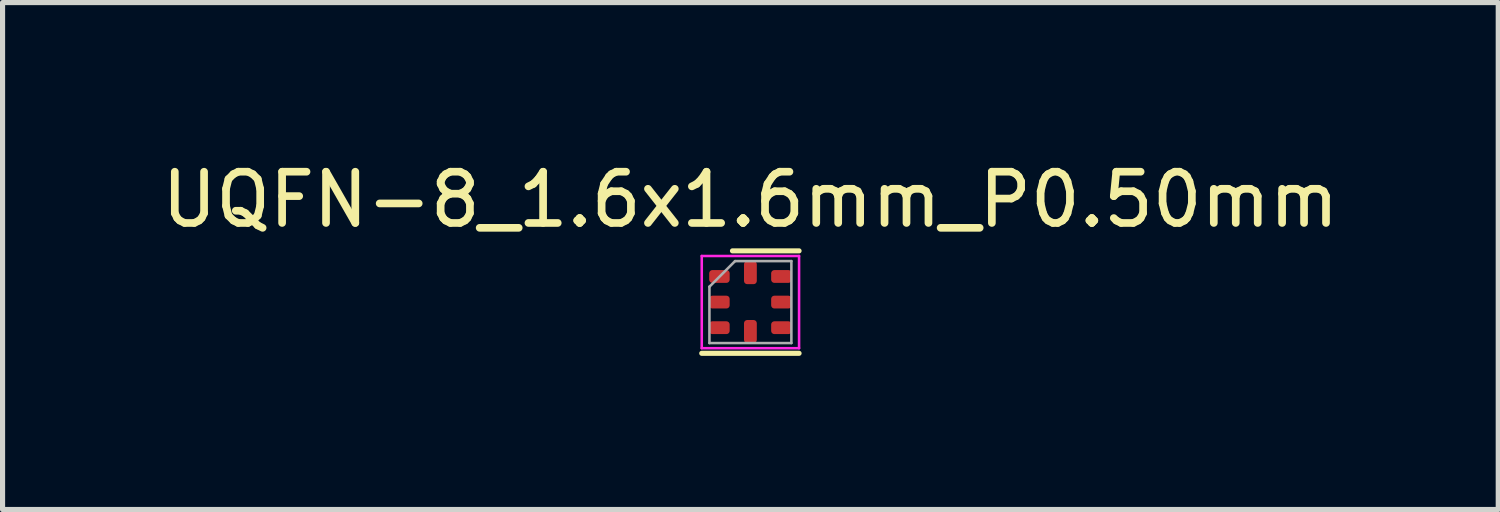
<source format=kicad_pcb>
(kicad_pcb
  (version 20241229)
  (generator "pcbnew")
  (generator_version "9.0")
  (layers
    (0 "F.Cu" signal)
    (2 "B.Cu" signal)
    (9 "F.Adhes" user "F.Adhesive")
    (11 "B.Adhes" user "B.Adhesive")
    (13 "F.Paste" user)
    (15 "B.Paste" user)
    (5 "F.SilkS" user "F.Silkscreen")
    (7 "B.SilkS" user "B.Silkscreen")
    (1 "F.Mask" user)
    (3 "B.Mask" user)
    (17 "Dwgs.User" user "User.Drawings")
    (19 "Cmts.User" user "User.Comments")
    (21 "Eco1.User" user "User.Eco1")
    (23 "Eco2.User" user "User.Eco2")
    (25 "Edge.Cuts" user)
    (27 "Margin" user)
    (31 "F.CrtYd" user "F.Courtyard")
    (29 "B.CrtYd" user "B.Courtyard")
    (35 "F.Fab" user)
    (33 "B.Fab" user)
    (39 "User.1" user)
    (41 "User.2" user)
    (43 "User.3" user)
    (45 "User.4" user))
  (footprint "UQFN-8_1.6x1.6mm_P0.50mm"
    (layer "F.Cu")
    (at 11.601 2.848)
    (property "Reference" "UQFN-8_1.6x1.6mm_P0.50mm" (at 0 -2 0) (layer "F.SilkS") (effects (font (size 1 1) (thickness 0.15))))
    (attr smd)
    (fp_line (start -0.35 -1) (end 0.95 -1) (stroke (width 0.1) (type solid)) (layer "F.SilkS"))
    (fp_line (start 0.95 1) (end -0.95 1) (stroke (width 0.1) (type solid)) (layer "F.SilkS"))
    (fp_line (start -0.95 -0.9) (end -0.95 0.9) (stroke (width 0.05) (type solid)) (layer "F.CrtYd"))
    (fp_line (start -0.95 0.9) (end 0.95 0.9) (stroke (width 0.05) (type solid)) (layer "F.CrtYd"))
    (fp_line (start 0.95 -0.9) (end -0.95 -0.9) (stroke (width 0.05) (type solid)) (layer "F.CrtYd"))
    (fp_line (start 0.95 0.9) (end 0.95 -0.9) (stroke (width 0.05) (type solid)) (layer "F.CrtYd"))
    (fp_line (start -0.8 -0.3) (end -0.3 -0.8) (stroke (width 0.05) (type solid)) (layer "F.Fab"))
    (fp_line (start -0.8 0.8) (end -0.8 -0.3) (stroke (width 0.05) (type solid)) (layer "F.Fab"))
    (fp_line (start -0.3 -0.8) (end 0.8 -0.8) (stroke (width 0.05) (type solid)) (layer "F.Fab"))
    (fp_line (start 0.8 -0.8) (end 0.8 0.8) (stroke (width 0.05) (type solid)) (layer "F.Fab"))
    (fp_line (start 0.8 0.8) (end -0.8 0.8) (stroke (width 0.05) (type solid)) (layer "F.Fab"))
    (pad "1" smd roundrect (at -0.605 -0.5) (size 0.4 0.25) (layers "F.Cu" "F.Mask" "F.Paste") (roundrect_rratio 0.25))
    (pad "2" smd roundrect (at -0.605 0) (size 0.4 0.25) (layers "F.Cu" "F.Mask" "F.Paste") (roundrect_rratio 0.25))
    (pad "3" smd roundrect (at -0.605 0.5) (size 0.4 0.25) (layers "F.Cu" "F.Mask" "F.Paste") (roundrect_rratio 0.25))
    (pad "4" smd roundrect (at 0 0.575) (size 0.25 0.45) (layers "F.Cu" "F.Mask" "F.Paste") (roundrect_rratio 0.25))
    (pad "5" smd roundrect (at 0.605 0.5 180) (size 0.4 0.25) (layers "F.Cu" "F.Mask" "F.Paste") (roundrect_rratio 0.25))
    (pad "6" smd roundrect (at 0.605 0 180) (size 0.4 0.25) (layers "F.Cu" "F.Mask" "F.Paste") (roundrect_rratio 0.25))
    (pad "7" smd roundrect (at 0.605 -0.5 180) (size 0.4 0.25) (layers "F.Cu" "F.Mask" "F.Paste") (roundrect_rratio 0.25))
    (pad "8" smd roundrect (at 0 -0.575 180) (size 0.25 0.45) (layers "F.Cu" "F.Mask" "F.Paste") (roundrect_rratio 0.25)))
  (gr_rect
    (start -3 -3)
    (end 26.202 6.898)
    (stroke (width 0.1) (type default))
    (fill no)
    (layer "Edge.Cuts")))
</source>
